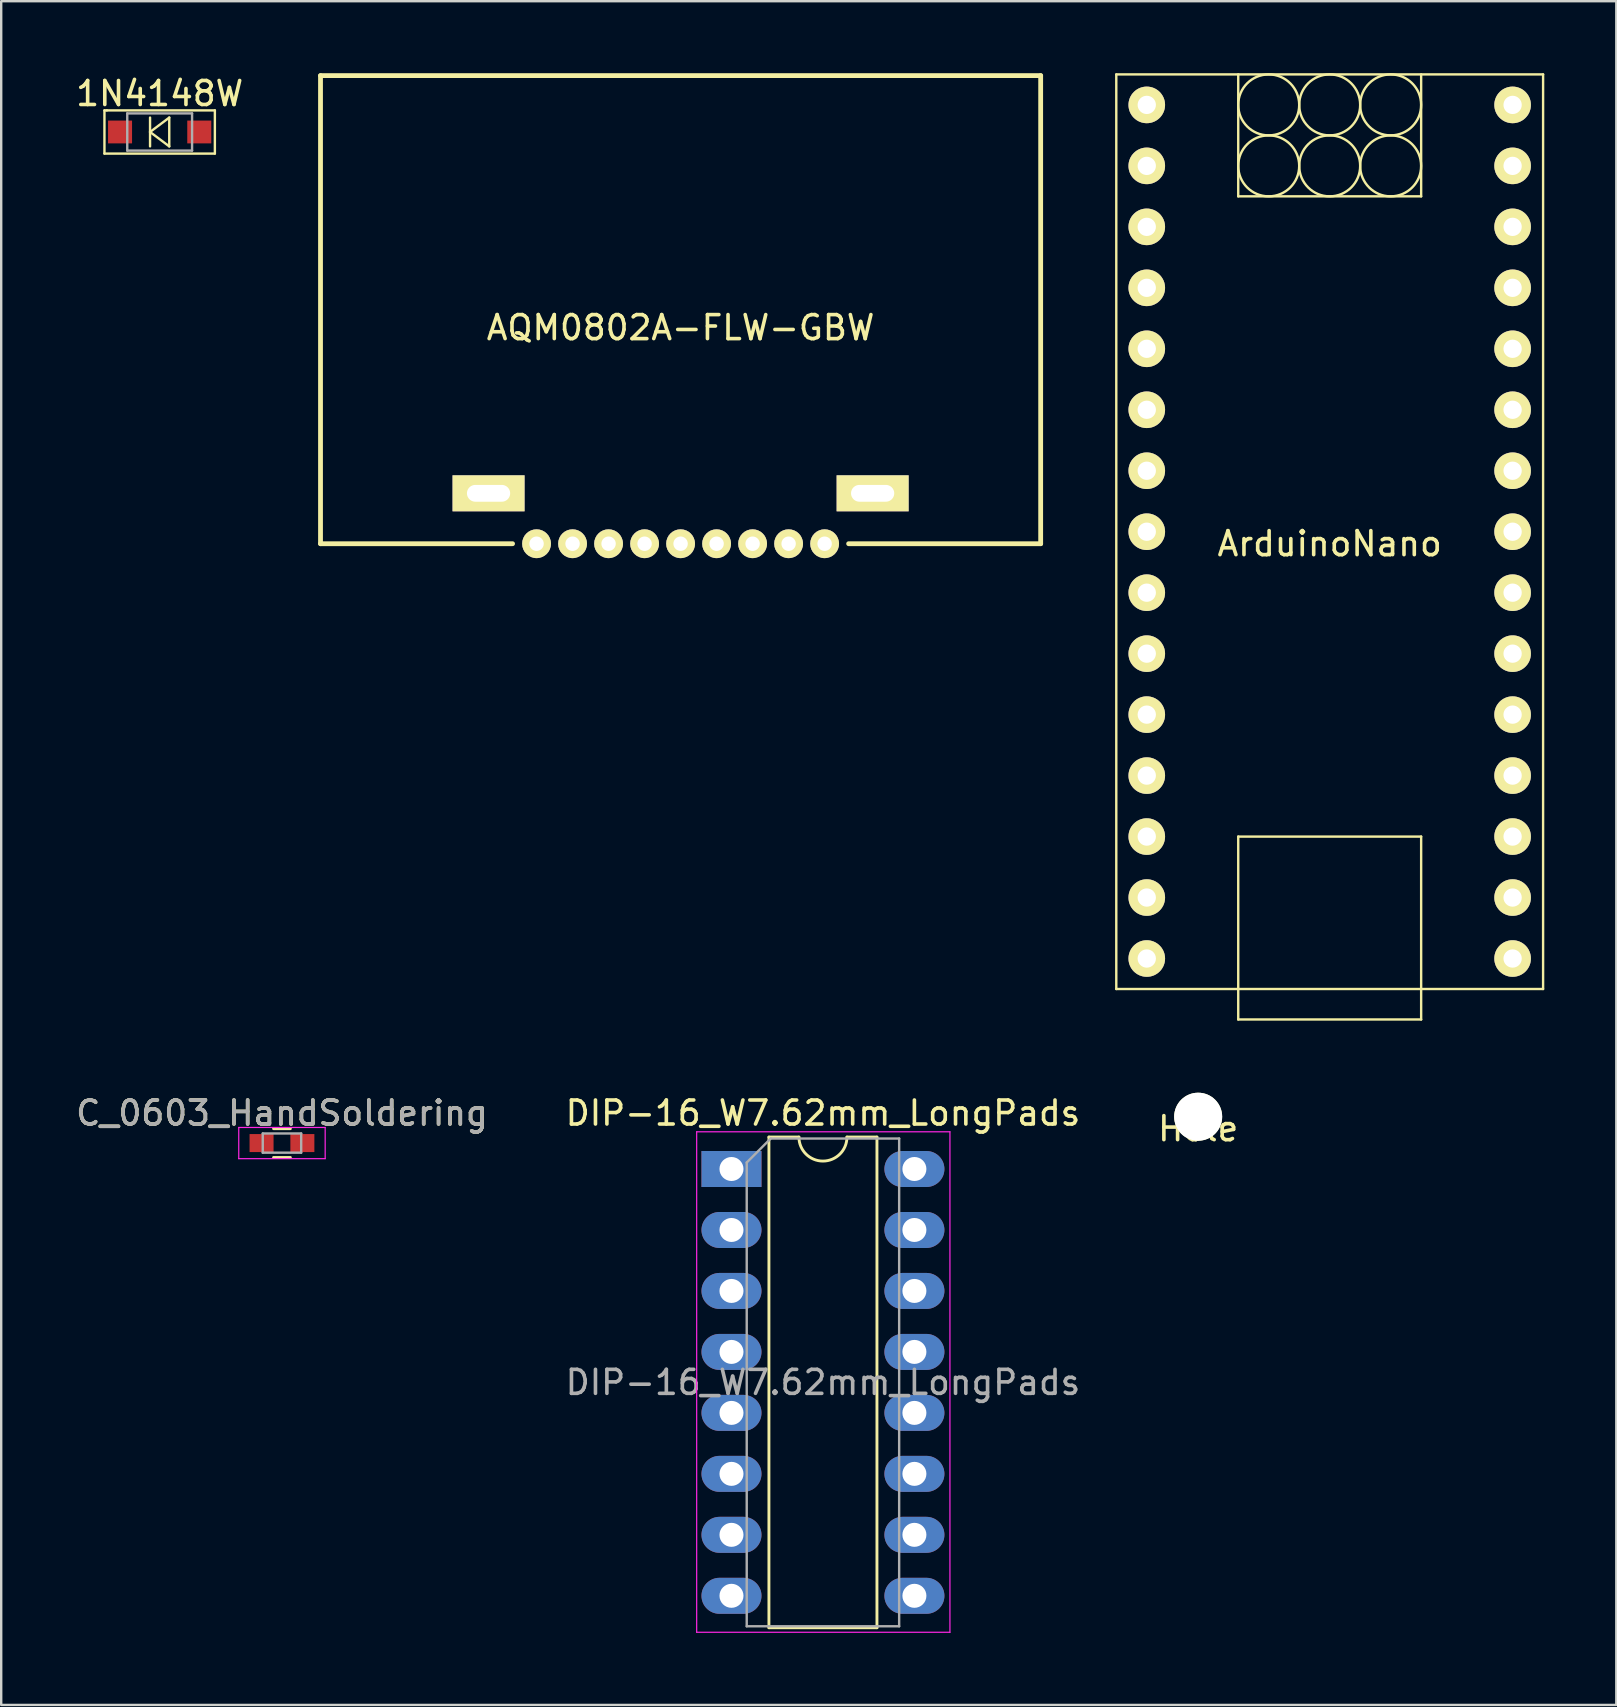
<source format=kicad_pcb>
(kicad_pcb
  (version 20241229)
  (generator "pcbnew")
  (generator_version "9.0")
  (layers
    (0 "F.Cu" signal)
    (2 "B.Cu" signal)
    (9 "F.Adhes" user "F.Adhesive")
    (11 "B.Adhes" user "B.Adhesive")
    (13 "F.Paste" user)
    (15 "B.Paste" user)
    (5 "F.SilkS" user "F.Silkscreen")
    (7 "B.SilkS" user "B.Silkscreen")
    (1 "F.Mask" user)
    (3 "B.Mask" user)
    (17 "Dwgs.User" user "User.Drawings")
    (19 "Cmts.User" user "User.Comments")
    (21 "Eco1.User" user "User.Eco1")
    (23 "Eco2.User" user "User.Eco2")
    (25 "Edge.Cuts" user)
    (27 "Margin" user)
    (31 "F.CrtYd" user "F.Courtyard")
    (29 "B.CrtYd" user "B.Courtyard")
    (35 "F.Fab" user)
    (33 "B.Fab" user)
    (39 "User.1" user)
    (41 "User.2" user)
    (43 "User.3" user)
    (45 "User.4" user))
  (footprint "Hole"
    (layer "F.Cu")
    (at 46.863 43.47)
    (property "Reference" "Hole" (at 0 0.5 0) (layer "F.SilkS") (effects (font (size 1 1) (thickness 0.15))))
    (attr through_hole)
    (pad "" np_thru_hole circle (at 0 0) (size 2 2) (drill 2) (layers "*.Cu" "*.Mask" "F.SilkS")))
  (footprint "ArduinoNano"
    (layer "F.Cu")
    (at 52.342 19.1)
    (property "Reference" "ArduinoNano" (at 0 0.5 0) (layer "F.SilkS") (effects (font (size 1 1) (thickness 0.15))))
    (attr through_hole)
    (fp_line (start -8.89 -19.05) (end 8.89 -19.05) (stroke (width 0.1) (type solid)) (layer "F.SilkS"))
    (fp_line (start -8.89 19.05) (end -8.89 -19.05) (stroke (width 0.1) (type solid)) (layer "F.SilkS"))
    (fp_line (start -3.81 -19.05) (end -3.81 -13.97) (stroke (width 0.1) (type solid)) (layer "F.SilkS"))
    (fp_line (start -3.81 -13.97) (end 3.81 -13.97) (stroke (width 0.1) (type solid)) (layer "F.SilkS"))
    (fp_line (start -3.81 12.7) (end -3.81 20.32) (stroke (width 0.1) (type solid)) (layer "F.SilkS"))
    (fp_line (start -3.81 20.32) (end 3.81 20.32) (stroke (width 0.1) (type solid)) (layer "F.SilkS"))
    (fp_line (start 3.81 -13.97) (end 3.81 -19.05) (stroke (width 0.1) (type solid)) (layer "F.SilkS"))
    (fp_line (start 3.81 12.7) (end -3.81 12.7) (stroke (width 0.1) (type solid)) (layer "F.SilkS"))
    (fp_line (start 3.81 20.32) (end 3.81 12.7) (stroke (width 0.1) (type solid)) (layer "F.SilkS"))
    (fp_line (start 8.89 -19.05) (end 8.89 19.05) (stroke (width 0.1) (type solid)) (layer "F.SilkS"))
    (fp_line (start 8.89 19.05) (end -8.89 19.05) (stroke (width 0.1) (type solid)) (layer "F.SilkS"))
    (fp_circle (center -2.54 -17.78) (end -2.54 -19.05) (stroke (width 0.1) (type solid)) (fill no) (layer "F.SilkS"))
    (fp_circle (center -2.54 -15.24) (end -2.54 -16.51) (stroke (width 0.1) (type solid)) (fill no) (layer "F.SilkS"))
    (fp_circle (center 0 -17.78) (end 1.27 -17.78) (stroke (width 0.1) (type solid)) (fill no) (layer "F.SilkS"))
    (fp_circle (center 0 -15.24) (end 0 -16.51) (stroke (width 0.1) (type solid)) (fill no) (layer "F.SilkS"))
    (fp_circle (center 2.54 -17.78) (end 2.54 -19.05) (stroke (width 0.1) (type solid)) (fill no) (layer "F.SilkS"))
    (fp_circle (center 2.54 -15.24) (end 2.54 -16.51) (stroke (width 0.1) (type solid)) (fill no) (layer "F.SilkS"))
    (pad "1" thru_hole circle (at -7.62 -17.78) (size 1.524 1.524) (drill 0.762) (layers "*.Cu" "*.Mask" "F.SilkS"))
    (pad "2" thru_hole circle (at -7.62 -15.24) (size 1.524 1.524) (drill 0.762) (layers "*.Cu" "*.Mask" "F.SilkS"))
    (pad "3" thru_hole circle (at -7.62 -12.7) (size 1.524 1.524) (drill 0.762) (layers "*.Cu" "*.Mask" "F.SilkS"))
    (pad "4" thru_hole circle (at -7.62 -10.16) (size 1.524 1.524) (drill 0.762) (layers "*.Cu" "*.Mask" "F.SilkS"))
    (pad "5" thru_hole circle (at -7.62 -7.62) (size 1.524 1.524) (drill 0.762) (layers "*.Cu" "*.Mask" "F.SilkS"))
    (pad "6" thru_hole circle (at -7.62 -5.08) (size 1.524 1.524) (drill 0.762) (layers "*.Cu" "*.Mask" "F.SilkS"))
    (pad "7" thru_hole circle (at -7.62 -2.54) (size 1.524 1.524) (drill 0.762) (layers "*.Cu" "*.Mask" "F.SilkS"))
    (pad "8" thru_hole circle (at -7.62 0) (size 1.524 1.524) (drill 0.762) (layers "*.Cu" "*.Mask" "F.SilkS"))
    (pad "9" thru_hole circle (at -7.62 2.54) (size 1.524 1.524) (drill 0.762) (layers "*.Cu" "*.Mask" "F.SilkS"))
    (pad "10" thru_hole circle (at -7.62 5.08) (size 1.524 1.524) (drill 0.762) (layers "*.Cu" "*.Mask" "F.SilkS"))
    (pad "11" thru_hole circle (at -7.62 7.62) (size 1.524 1.524) (drill 0.762) (layers "*.Cu" "*.Mask" "F.SilkS"))
    (pad "12" thru_hole circle (at -7.62 10.16) (size 1.524 1.524) (drill 0.762) (layers "*.Cu" "*.Mask" "F.SilkS"))
    (pad "13" thru_hole circle (at -7.62 12.7) (size 1.524 1.524) (drill 0.762) (layers "*.Cu" "*.Mask" "F.SilkS"))
    (pad "14" thru_hole circle (at -7.62 15.24) (size 1.524 1.524) (drill 0.762) (layers "*.Cu" "*.Mask" "F.SilkS"))
    (pad "15" thru_hole circle (at -7.62 17.78) (size 1.524 1.524) (drill 0.762) (layers "*.Cu" "*.Mask" "F.SilkS"))
    (pad "16" thru_hole circle (at 7.62 17.78) (size 1.524 1.524) (drill 0.762) (layers "*.Cu" "*.Mask" "F.SilkS"))
    (pad "17" thru_hole circle (at 7.62 15.24) (size 1.524 1.524) (drill 0.762) (layers "*.Cu" "*.Mask" "F.SilkS"))
    (pad "18" thru_hole circle (at 7.62 12.7) (size 1.524 1.524) (drill 0.762) (layers "*.Cu" "*.Mask" "F.SilkS"))
    (pad "19" thru_hole circle (at 7.62 10.16) (size 1.524 1.524) (drill 0.762) (layers "*.Cu" "*.Mask" "F.SilkS"))
    (pad "20" thru_hole circle (at 7.62 7.62) (size 1.524 1.524) (drill 0.762) (layers "*.Cu" "*.Mask" "F.SilkS"))
    (pad "21" thru_hole circle (at 7.62 5.08) (size 1.524 1.524) (drill 0.762) (layers "*.Cu" "*.Mask" "F.SilkS"))
    (pad "22" thru_hole circle (at 7.62 2.54) (size 1.524 1.524) (drill 0.762) (layers "*.Cu" "*.Mask" "F.SilkS"))
    (pad "23" thru_hole circle (at 7.62 0) (size 1.524 1.524) (drill 0.762) (layers "*.Cu" "*.Mask" "F.SilkS"))
    (pad "24" thru_hole circle (at 7.62 -2.54) (size 1.524 1.524) (drill 0.762) (layers "*.Cu" "*.Mask" "F.SilkS"))
    (pad "25" thru_hole circle (at 7.62 -5.08) (size 1.524 1.524) (drill 0.762) (layers "*.Cu" "*.Mask" "F.SilkS"))
    (pad "26" thru_hole circle (at 7.62 -7.62) (size 1.524 1.524) (drill 0.762) (layers "*.Cu" "*.Mask" "F.SilkS"))
    (pad "27" thru_hole circle (at 7.62 -10.16) (size 1.524 1.524) (drill 0.762) (layers "*.Cu" "*.Mask" "F.SilkS"))
    (pad "28" thru_hole circle (at 7.62 -12.7) (size 1.524 1.524) (drill 0.762) (layers "*.Cu" "*.Mask" "F.SilkS"))
    (pad "29" thru_hole circle (at 7.62 -15.24) (size 1.524 1.524) (drill 0.762) (layers "*.Cu" "*.Mask" "F.SilkS"))
    (pad "30" thru_hole circle (at 7.62 -17.78) (size 1.524 1.524) (drill 0.762) (layers "*.Cu" "*.Mask" "F.SilkS")))
  (footprint "DIP-16_W7.62mm_LongPads"
    (layer "F.Cu")
    (at 27.422 45.648)
    (property "Reference" "DIP-16_W7.62mm_LongPads" (at 3.81 -2.33 0) (layer "F.SilkS") (effects (font (size 1 1) (thickness 0.15))))
    (attr through_hole)
    (fp_line (start 1.56 -1.33) (end 1.56 19.11) (stroke (width 0.12) (type solid)) (layer "F.SilkS"))
    (fp_line (start 1.56 19.11) (end 6.06 19.11) (stroke (width 0.12) (type solid)) (layer "F.SilkS"))
    (fp_line (start 2.81 -1.33) (end 1.56 -1.33) (stroke (width 0.12) (type solid)) (layer "F.SilkS"))
    (fp_line (start 6.06 -1.33) (end 4.81 -1.33) (stroke (width 0.12) (type solid)) (layer "F.SilkS"))
    (fp_line (start 6.06 19.11) (end 6.06 -1.33) (stroke (width 0.12) (type solid)) (layer "F.SilkS"))
    (fp_arc (start 4.81 -1.33) (mid 3.81 -0.33) (end 2.81 -1.33) (stroke (width 0.12) (type solid)) (layer "F.SilkS"))
    (fp_line (start -1.45 -1.55) (end -1.45 19.3) (stroke (width 0.05) (type solid)) (layer "F.CrtYd"))
    (fp_line (start -1.45 19.3) (end 9.1 19.3) (stroke (width 0.05) (type solid)) (layer "F.CrtYd"))
    (fp_line (start 9.1 -1.55) (end -1.45 -1.55) (stroke (width 0.05) (type solid)) (layer "F.CrtYd"))
    (fp_line (start 9.1 19.3) (end 9.1 -1.55) (stroke (width 0.05) (type solid)) (layer "F.CrtYd"))
    (fp_line (start 0.635 -0.27) (end 1.635 -1.27) (stroke (width 0.1) (type solid)) (layer "F.Fab"))
    (fp_line (start 0.635 19.05) (end 0.635 -0.27) (stroke (width 0.1) (type solid)) (layer "F.Fab"))
    (fp_line (start 1.635 -1.27) (end 6.985 -1.27) (stroke (width 0.1) (type solid)) (layer "F.Fab"))
    (fp_line (start 6.985 -1.27) (end 6.985 19.05) (stroke (width 0.1) (type solid)) (layer "F.Fab"))
    (fp_line (start 6.985 19.05) (end 0.635 19.05) (stroke (width 0.1) (type solid)) (layer "F.Fab"))
    (fp_text user "${REFERENCE}" (at 3.81 8.89 0) (layer "F.Fab") (effects (font (size 1 1) (thickness 0.15))))
    (pad "1" thru_hole rect (at 0 0) (size 2.5 1.5) (drill 1) (layers "*.Cu" "*.Mask"))
    (pad "2" thru_hole oval (at 0 2.54) (size 2.5 1.5) (drill 1) (layers "*.Cu" "*.Mask"))
    (pad "3" thru_hole oval (at 0 5.08) (size 2.5 1.5) (drill 1) (layers "*.Cu" "*.Mask"))
    (pad "4" thru_hole oval (at 0 7.62) (size 2.5 1.5) (drill 1) (layers "*.Cu" "*.Mask"))
    (pad "5" thru_hole oval (at 0 10.16) (size 2.5 1.5) (drill 1) (layers "*.Cu" "*.Mask"))
    (pad "6" thru_hole oval (at 0 12.7) (size 2.5 1.5) (drill 1) (layers "*.Cu" "*.Mask"))
    (pad "7" thru_hole oval (at 0 15.24) (size 2.5 1.5) (drill 1) (layers "*.Cu" "*.Mask"))
    (pad "8" thru_hole oval (at 0 17.78) (size 2.5 1.5) (drill 1) (layers "*.Cu" "*.Mask"))
    (pad "9" thru_hole oval (at 7.62 17.78) (size 2.5 1.5) (drill 1) (layers "*.Cu" "*.Mask"))
    (pad "10" thru_hole oval (at 7.62 15.24) (size 2.5 1.5) (drill 1) (layers "*.Cu" "*.Mask"))
    (pad "11" thru_hole oval (at 7.62 12.7) (size 2.5 1.5) (drill 1) (layers "*.Cu" "*.Mask"))
    (pad "12" thru_hole oval (at 7.62 10.16) (size 2.5 1.5) (drill 1) (layers "*.Cu" "*.Mask"))
    (pad "13" thru_hole oval (at 7.62 7.62) (size 2.5 1.5) (drill 1) (layers "*.Cu" "*.Mask"))
    (pad "14" thru_hole oval (at 7.62 5.08) (size 2.5 1.5) (drill 1) (layers "*.Cu" "*.Mask"))
    (pad "15" thru_hole oval (at 7.62 2.54) (size 2.5 1.5) (drill 1) (layers "*.Cu" "*.Mask"))
    (pad "16" thru_hole oval (at 7.62 0) (size 2.5 1.5) (drill 1) (layers "*.Cu" "*.Mask")))
  (footprint "AQM0802A-FLW-GBW"
    (layer "F.Cu")
    (at 25.302 19.6)
    (property "Reference" "AQM0802A-FLW-GBW" (at 0 -9 0) (layer "F.SilkS") (effects (font (size 1 1) (thickness 0.15))))
    (attr through_hole)
    (fp_line (start -15 -19.5) (end 15 -19.5) (stroke (width 0.2) (type solid)) (layer "F.SilkS"))
    (fp_line (start -15 0) (end -15 -19.5) (stroke (width 0.2) (type solid)) (layer "F.SilkS"))
    (fp_line (start -7 0) (end -15 0) (stroke (width 0.2) (type solid)) (layer "F.SilkS"))
    (fp_line (start 15 -19.5) (end 15 0) (stroke (width 0.2) (type solid)) (layer "F.SilkS"))
    (fp_line (start 15 0) (end 7 0) (stroke (width 0.2) (type solid)) (layer "F.SilkS"))
    (pad "1" thru_hole rect (at -8 -2.1) (size 3 1.5) (drill oval 1.8 0.7) (layers "*.Cu" "*.Mask" "F.SilkS"))
    (pad "2" thru_hole circle (at -6 0) (size 1.2 1.2) (drill 0.6) (layers "*.Cu" "*.Mask" "F.SilkS"))
    (pad "3" thru_hole circle (at -4.5 0) (size 1.2 1.2) (drill 0.6) (layers "*.Cu" "*.Mask" "F.SilkS"))
    (pad "4" thru_hole circle (at -3 0) (size 1.2 1.2) (drill 0.6) (layers "*.Cu" "*.Mask" "F.SilkS"))
    (pad "5" thru_hole circle (at -1.5 0) (size 1.2 1.2) (drill 0.6) (layers "*.Cu" "*.Mask" "F.SilkS"))
    (pad "6" thru_hole circle (at 0 0) (size 1.2 1.2) (drill 0.6) (layers "*.Cu" "*.Mask" "F.SilkS"))
    (pad "7" thru_hole circle (at 1.5 0) (size 1.2 1.2) (drill 0.6) (layers "*.Cu" "*.Mask" "F.SilkS"))
    (pad "8" thru_hole circle (at 3 0) (size 1.2 1.2) (drill 0.6) (layers "*.Cu" "*.Mask" "F.SilkS"))
    (pad "9" thru_hole circle (at 4.5 0) (size 1.2 1.2) (drill 0.6) (layers "*.Cu" "*.Mask" "F.SilkS"))
    (pad "10" thru_hole circle (at 6 0) (size 1.2 1.2) (drill 0.6) (layers "*.Cu" "*.Mask" "F.SilkS"))
    (pad "11" thru_hole rect (at 8 -2.1) (size 3 1.5) (drill oval 1.8 0.7) (layers "*.Cu" "*.Mask" "F.SilkS")))
  (footprint "C_0603_HandSoldering"
    (layer "F.Cu")
    (at 8.696 44.568)
    (property "Reference" "C_0603_HandSoldering" (at 0 -1.25 0) (layer "F.SilkS") (effects (font (size 1 1) (thickness 0.15))))
    (attr smd)
    (fp_line (start -0.35 -0.6) (end 0.35 -0.6) (stroke (width 0.12) (type solid)) (layer "F.SilkS"))
    (fp_line (start 0.35 0.6) (end -0.35 0.6) (stroke (width 0.12) (type solid)) (layer "F.SilkS"))
    (fp_line (start -1.8 -0.65) (end -1.8 0.65) (stroke (width 0.05) (type solid)) (layer "F.CrtYd"))
    (fp_line (start -1.8 -0.65) (end 1.8 -0.65) (stroke (width 0.05) (type solid)) (layer "F.CrtYd"))
    (fp_line (start 1.8 0.65) (end -1.8 0.65) (stroke (width 0.05) (type solid)) (layer "F.CrtYd"))
    (fp_line (start 1.8 0.65) (end 1.8 -0.65) (stroke (width 0.05) (type solid)) (layer "F.CrtYd"))
    (fp_line (start -0.8 -0.4) (end 0.8 -0.4) (stroke (width 0.1) (type solid)) (layer "F.Fab"))
    (fp_line (start -0.8 0.4) (end -0.8 -0.4) (stroke (width 0.1) (type solid)) (layer "F.Fab"))
    (fp_line (start 0.8 -0.4) (end 0.8 0.4) (stroke (width 0.1) (type solid)) (layer "F.Fab"))
    (fp_line (start 0.8 0.4) (end -0.8 0.4) (stroke (width 0.1) (type solid)) (layer "F.Fab"))
    (fp_text user "${REFERENCE}" (at 0 -1.25 0) (layer "F.Fab") (effects (font (size 1 1) (thickness 0.15))))
    (pad "1" smd rect (at -0.85 0) (size 1 0.75) (layers "F.Cu" "F.Mask" "F.Paste"))
    (pad "2" smd rect (at 0.85 0) (size 1 0.75) (layers "F.Cu" "F.Mask" "F.Paste")))
  (footprint "1N4148W"
    (layer "F.Cu")
    (at 3.601 2.448)
    (property "Reference" "1N4148W" (at 0 -1.6 0) (layer "F.SilkS") (effects (font (size 1 1) (thickness 0.15))))
    (attr through_hole)
    (fp_line (start -2.3 -0.9) (end -2.2 -0.9) (stroke (width 0.1) (type solid)) (layer "F.SilkS"))
    (fp_line (start -2.3 0.9) (end -2.3 -0.9) (stroke (width 0.1) (type solid)) (layer "F.SilkS"))
    (fp_line (start -2.2 -0.9) (end 2.3 -0.9) (stroke (width 0.1) (type solid)) (layer "F.SilkS"))
    (fp_line (start -0.4 -0.6) (end -0.4 0.6) (stroke (width 0.1) (type solid)) (layer "F.SilkS"))
    (fp_line (start -0.4 0) (end 0.4 0.6) (stroke (width 0.1) (type solid)) (layer "F.SilkS"))
    (fp_line (start 0.4 -0.6) (end -0.4 0) (stroke (width 0.1) (type solid)) (layer "F.SilkS"))
    (fp_line (start 0.4 0.6) (end 0.4 -0.6) (stroke (width 0.1) (type solid)) (layer "F.SilkS"))
    (fp_line (start 2.3 -0.9) (end 2.3 0.9) (stroke (width 0.1) (type solid)) (layer "F.SilkS"))
    (fp_line (start 2.3 0.9) (end -2.3 0.9) (stroke (width 0.1) (type solid)) (layer "F.SilkS"))
    (fp_line (start -1.35 -0.775) (end 1.35 -0.775) (stroke (width 0.1) (type solid)) (layer "F.Fab"))
    (fp_line (start -1.35 0.775) (end -1.35 -0.775) (stroke (width 0.1) (type solid)) (layer "F.Fab"))
    (fp_line (start 1.35 -0.775) (end 1.35 0.775) (stroke (width 0.1) (type solid)) (layer "F.Fab"))
    (fp_line (start 1.35 0.775) (end -1.35 0.775) (stroke (width 0.1) (type solid)) (layer "F.Fab"))
    (pad "1" smd rect (at -1.65 0) (size 1 0.95) (layers "F.Cu" "F.Mask" "F.Paste"))
    (pad "2" smd rect (at 1.65 0) (size 1 0.95) (layers "F.Cu" "F.Mask" "F.Paste")))
  (gr_rect
    (start -3 -3)
    (end 64.282 67.973)
    (stroke (width 0.1) (type default))
    (fill no)
    (layer "Edge.Cuts")))
</source>
